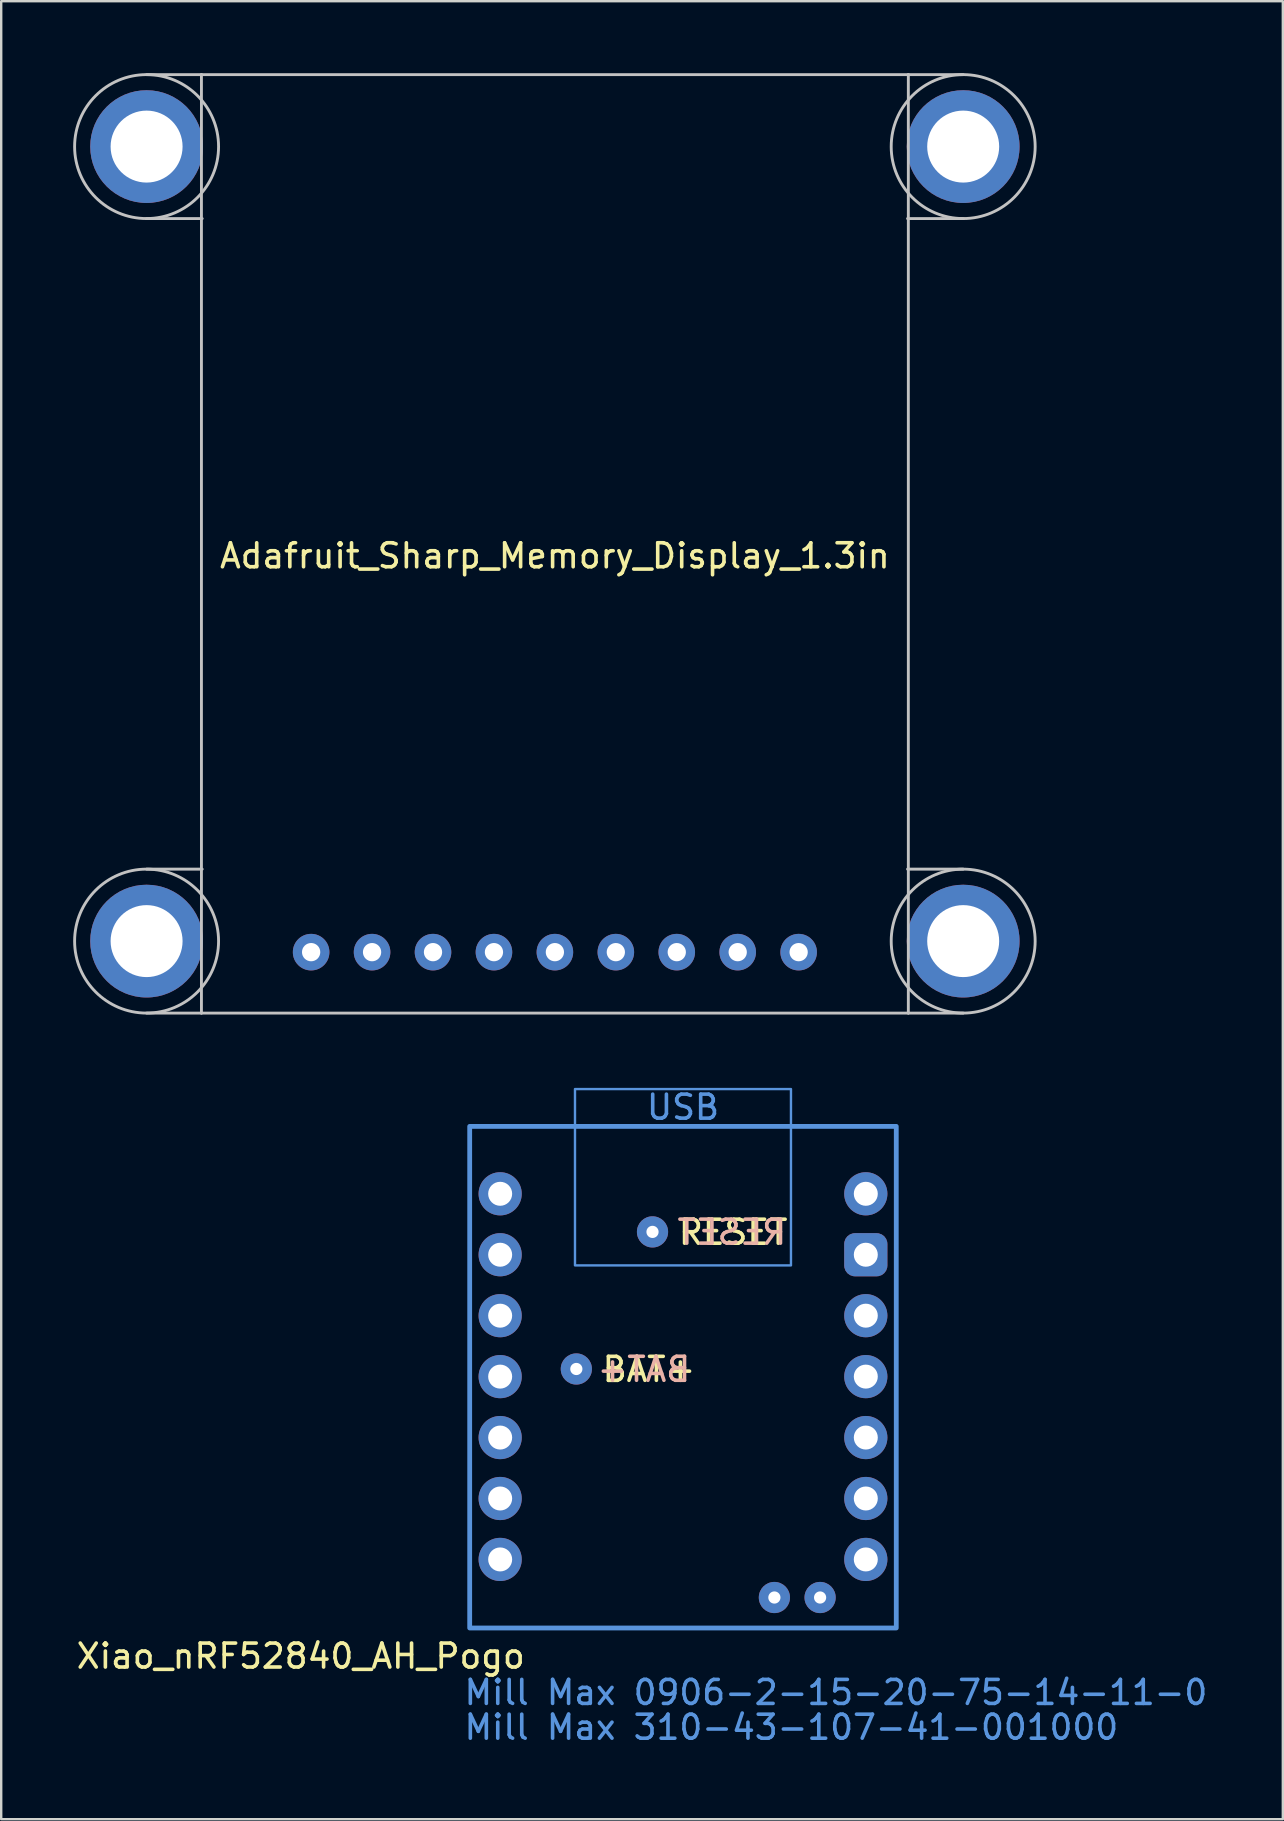
<source format=kicad_pcb>
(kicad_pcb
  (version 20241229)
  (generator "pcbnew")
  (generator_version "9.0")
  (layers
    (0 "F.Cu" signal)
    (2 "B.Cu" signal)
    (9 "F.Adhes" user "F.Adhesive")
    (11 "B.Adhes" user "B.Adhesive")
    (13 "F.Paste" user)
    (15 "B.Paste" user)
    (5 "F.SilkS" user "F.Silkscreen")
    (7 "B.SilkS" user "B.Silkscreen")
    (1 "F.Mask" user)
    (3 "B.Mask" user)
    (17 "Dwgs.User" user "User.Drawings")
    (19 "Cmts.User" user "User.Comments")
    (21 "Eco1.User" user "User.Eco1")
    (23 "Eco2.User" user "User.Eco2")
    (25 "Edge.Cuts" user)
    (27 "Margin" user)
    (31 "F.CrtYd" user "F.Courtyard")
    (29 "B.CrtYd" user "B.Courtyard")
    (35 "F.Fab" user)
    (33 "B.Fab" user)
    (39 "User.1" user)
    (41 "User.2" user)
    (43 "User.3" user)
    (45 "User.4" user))
  (footprint "Xiao_nRF52840_AH_Pogo"
    (layer "F.Cu")
    (at 25.417 54.328)
    (property "Reference" "Xiao_nRF52840_AH_Pogo" (at -6.5 11.65 0) (layer "F.SilkS") (effects (font (size 1 1) (thickness 0.15)) (justify right)))
    (attr through_hole exclude_from_pos_files exclude_from_bom)
    (fp_rect (start -8.89 -10.43) (end 8.89 10.477) (stroke (width 0.2) (type solid)) (fill no) (layer "Cmts.User"))
    (fp_rect (start -4.501 -11.986) (end 4.501 -4.636) (stroke (width 0.1) (type default)) (fill no) (layer "Cmts.User"))
    (fp_text user "BAT+" (at -3.445 0.284 0) (unlocked yes) (layer "F.SilkS") (effects (font (size 1 1) (thickness 0.15)) (justify left bottom)))
    (fp_text user "RESET" (at -0.27 -5.431 0) (unlocked yes) (layer "F.SilkS") (effects (font (size 1 1) (thickness 0.15)) (justify left bottom)))
    (fp_text user "BAT+" (at 0.4 0.282 0) (unlocked yes) (layer "B.SilkS") (effects (font (size 1 1) (thickness 0.15)) (justify left bottom mirror)))
    (fp_text user "RESET" (at 4.4 -5.433 0) (unlocked yes) (layer "B.SilkS") (effects (font (size 1 1) (thickness 0.15)) (justify left bottom mirror)))
    (fp_text user "Mill Max 310-43-107-41-001000" (at -9.2 15.2 0) (unlocked yes) (layer "Cmts.User") (effects (font (size 1 1) (thickness 0.15)) (justify left bottom)))
    (fp_text user "USB" (at -0.000001 -10.643 0) (layer "Cmts.User") (effects (font (size 1 1) (thickness 0.15)) (justify bottom)))
    (fp_text user "Mill Max 0906-2-15-20-75-14-11-0" (at -9.2 13.75 0) (unlocked yes) (layer "Cmts.User") (effects (font (size 1 1) (thickness 0.15)) (justify left bottom)))
    (pad "1" thru_hole circle (at -7.62 -7.62) (size 1.8 1.8) (drill 1) (layers "*.Cu" "B.Mask"))
    (pad "2" thru_hole circle (at -7.62 -5.08) (size 1.8 1.8) (drill 1) (layers "*.Cu" "B.Mask"))
    (pad "3" thru_hole circle (at -7.62 -2.54) (size 1.8 1.8) (drill 1) (layers "*.Cu" "B.Mask"))
    (pad "4" thru_hole circle (at -7.62 0) (size 1.8 1.8) (drill 1) (layers "*.Cu" "B.Mask"))
    (pad "5" thru_hole circle (at -7.62 2.54) (size 1.8 1.8) (drill 1) (layers "*.Cu" "B.Mask"))
    (pad "6" thru_hole circle (at -7.62 5.08) (size 1.8 1.8) (drill 1) (layers "*.Cu" "B.Mask"))
    (pad "7" thru_hole circle (at -7.62 7.62) (size 1.8 1.8) (drill 1) (layers "*.Cu" "B.Mask"))
    (pad "8" thru_hole circle (at 7.62 -7.62 180) (size 1.8 1.8) (drill 1) (layers "*.Cu" "B.Mask"))
    (pad "9" thru_hole roundrect (at 7.62 -5.08 180) (size 1.8 1.8) (drill 1) (layers "*.Cu" "B.Mask") (roundrect_rratio 0.25))
    (pad "10" thru_hole circle (at 7.62 -2.54 180) (size 1.8 1.8) (drill 1) (layers "*.Cu" "B.Mask"))
    (pad "11" thru_hole circle (at 7.62 0 180) (size 1.8 1.8) (drill 1) (layers "*.Cu" "B.Mask"))
    (pad "12" thru_hole circle (at 7.62 2.54 180) (size 1.8 1.8) (drill 1) (layers "*.Cu" "B.Mask"))
    (pad "13" thru_hole circle (at 7.62 5.08) (size 1.8 1.8) (drill 1) (layers "*.Cu" "B.Mask"))
    (pad "14" thru_hole circle (at 7.62 7.62) (size 1.8 1.8) (drill 1) (layers "*.Cu" "B.Mask"))
    (pad "16" thru_hole circle (at -4.445 -0.318 90) (size 1.3 1.3) (drill 0.508) (layers "*.Cu" "*.Mask"))
    (pad "17" thru_hole circle (at 3.81 9.207 90) (size 1.3 1.3) (drill 0.508) (layers "*.Cu" "*.Mask"))
    (pad "18" thru_hole circle (at 5.715 9.207 90) (size 1.3 1.3) (drill 0.508) (layers "*.Cu" "*.Mask"))
    (pad "21" thru_hole circle (at -1.27 -6.032 90) (size 1.3 1.3) (drill 0.508) (layers "*.Cu" "*.Mask")))
  (footprint "Adafruit_Sharp_Memory_Display_1.3in"
    (layer "F.Cu")
    (at 20.078 19.618)
    (property "Reference" "Adafruit_Sharp_Memory_Display_1.3in" (at 0 0.5 0) (layer "F.SilkS") (effects (font (size 1 1) (thickness 0.15))))
    (attr through_hole)
    (fp_line (start -17.018 -19.558) (end -14.732 -19.558) (stroke (width 0.12) (type solid)) (layer "Dwgs.User"))
    (fp_line (start -17.018 -13.558) (end -14.7 -13.558) (stroke (width 0.12) (type solid)) (layer "Dwgs.User"))
    (fp_line (start -17.018 13.558) (end -14.7 13.558) (stroke (width 0.12) (type solid)) (layer "Dwgs.User"))
    (fp_line (start -17.018 19.558) (end -14.732 19.558) (stroke (width 0.12) (type solid)) (layer "Dwgs.User"))
    (fp_line (start -14.732 -19.558) (end -14.732 19.558) (stroke (width 0.12) (type solid)) (layer "Dwgs.User"))
    (fp_line (start -14.732 19.558) (end 14.732 19.558) (stroke (width 0.12) (type solid)) (layer "Dwgs.User"))
    (fp_line (start 14.732 -19.558) (end -14.732 -19.558) (stroke (width 0.12) (type solid)) (layer "Dwgs.User"))
    (fp_line (start 14.732 -19.558) (end 14.732 19.558) (stroke (width 0.12) (type solid)) (layer "Dwgs.User"))
    (fp_line (start 14.732 -19.558) (end 17.018 -19.558) (stroke (width 0.12) (type solid)) (layer "Dwgs.User"))
    (fp_line (start 17.018 -13.558) (end 14.7 -13.558) (stroke (width 0.12) (type solid)) (layer "Dwgs.User"))
    (fp_line (start 17.018 13.558) (end 14.7 13.558) (stroke (width 0.12) (type solid)) (layer "Dwgs.User"))
    (fp_line (start 17.018 19.558) (end 14.732 19.558) (stroke (width 0.12) (type solid)) (layer "Dwgs.User"))
    (fp_circle (center -17.018 -16.558) (end -14.018 -16.558) (stroke (width 0.12) (type solid)) (fill no) (layer "Dwgs.User"))
    (fp_circle (center -17.018 16.558) (end -14.018 16.558) (stroke (width 0.12) (type solid)) (fill no) (layer "Dwgs.User"))
    (fp_circle (center 17.018 -16.558) (end 20.018 -16.558) (stroke (width 0.12) (type solid)) (fill no) (layer "Dwgs.User"))
    (fp_circle (center 17.018 16.558) (end 20.018 16.558) (stroke (width 0.12) (type solid)) (fill no) (layer "Dwgs.User"))
    (pad "" thru_hole circle (at -17.018 -16.558) (size 4.7 4.7) (drill 3) (layers "*.Cu" "*.Mask"))
    (pad "" thru_hole circle (at -17.018 16.558) (size 4.7 4.7) (drill 3) (layers "*.Cu" "*.Mask"))
    (pad "" thru_hole circle (at 17.018 -16.558) (size 4.7 4.7) (drill 3) (layers "*.Cu" "*.Mask"))
    (pad "" thru_hole circle (at 17.018 16.558) (size 4.7 4.7) (drill 3) (layers "*.Cu" "*.Mask"))
    (pad "1" thru_hole circle (at -10.16 17.018) (size 1.524 1.524) (drill 0.762) (layers "*.Cu" "*.Mask"))
    (pad "2" thru_hole circle (at -7.62 17.018) (size 1.524 1.524) (drill 0.762) (layers "*.Cu" "*.Mask"))
    (pad "3" thru_hole circle (at -5.08 17.018) (size 1.524 1.524) (drill 0.762) (layers "*.Cu" "*.Mask"))
    (pad "4" thru_hole circle (at -2.54 17.018) (size 1.524 1.524) (drill 0.762) (layers "*.Cu" "*.Mask"))
    (pad "5" thru_hole circle (at 0 17.018) (size 1.524 1.524) (drill 0.762) (layers "*.Cu" "*.Mask"))
    (pad "6" thru_hole circle (at 2.54 17.018) (size 1.524 1.524) (drill 0.762) (layers "*.Cu" "*.Mask"))
    (pad "7" thru_hole circle (at 5.08 17.018) (size 1.524 1.524) (drill 0.762) (layers "*.Cu" "*.Mask"))
    (pad "8" thru_hole circle (at 7.62 17.018) (size 1.524 1.524) (drill 0.762) (layers "*.Cu" "*.Mask"))
    (pad "9" thru_hole circle (at 10.16 17.018) (size 1.524 1.524) (drill 0.762) (layers "*.Cu" "*.Mask")))
  (gr_rect
    (start -3 -3)
    (end 50.419 72.775)
    (stroke (width 0.1) (type default))
    (fill no)
    (layer "Edge.Cuts")))
</source>
